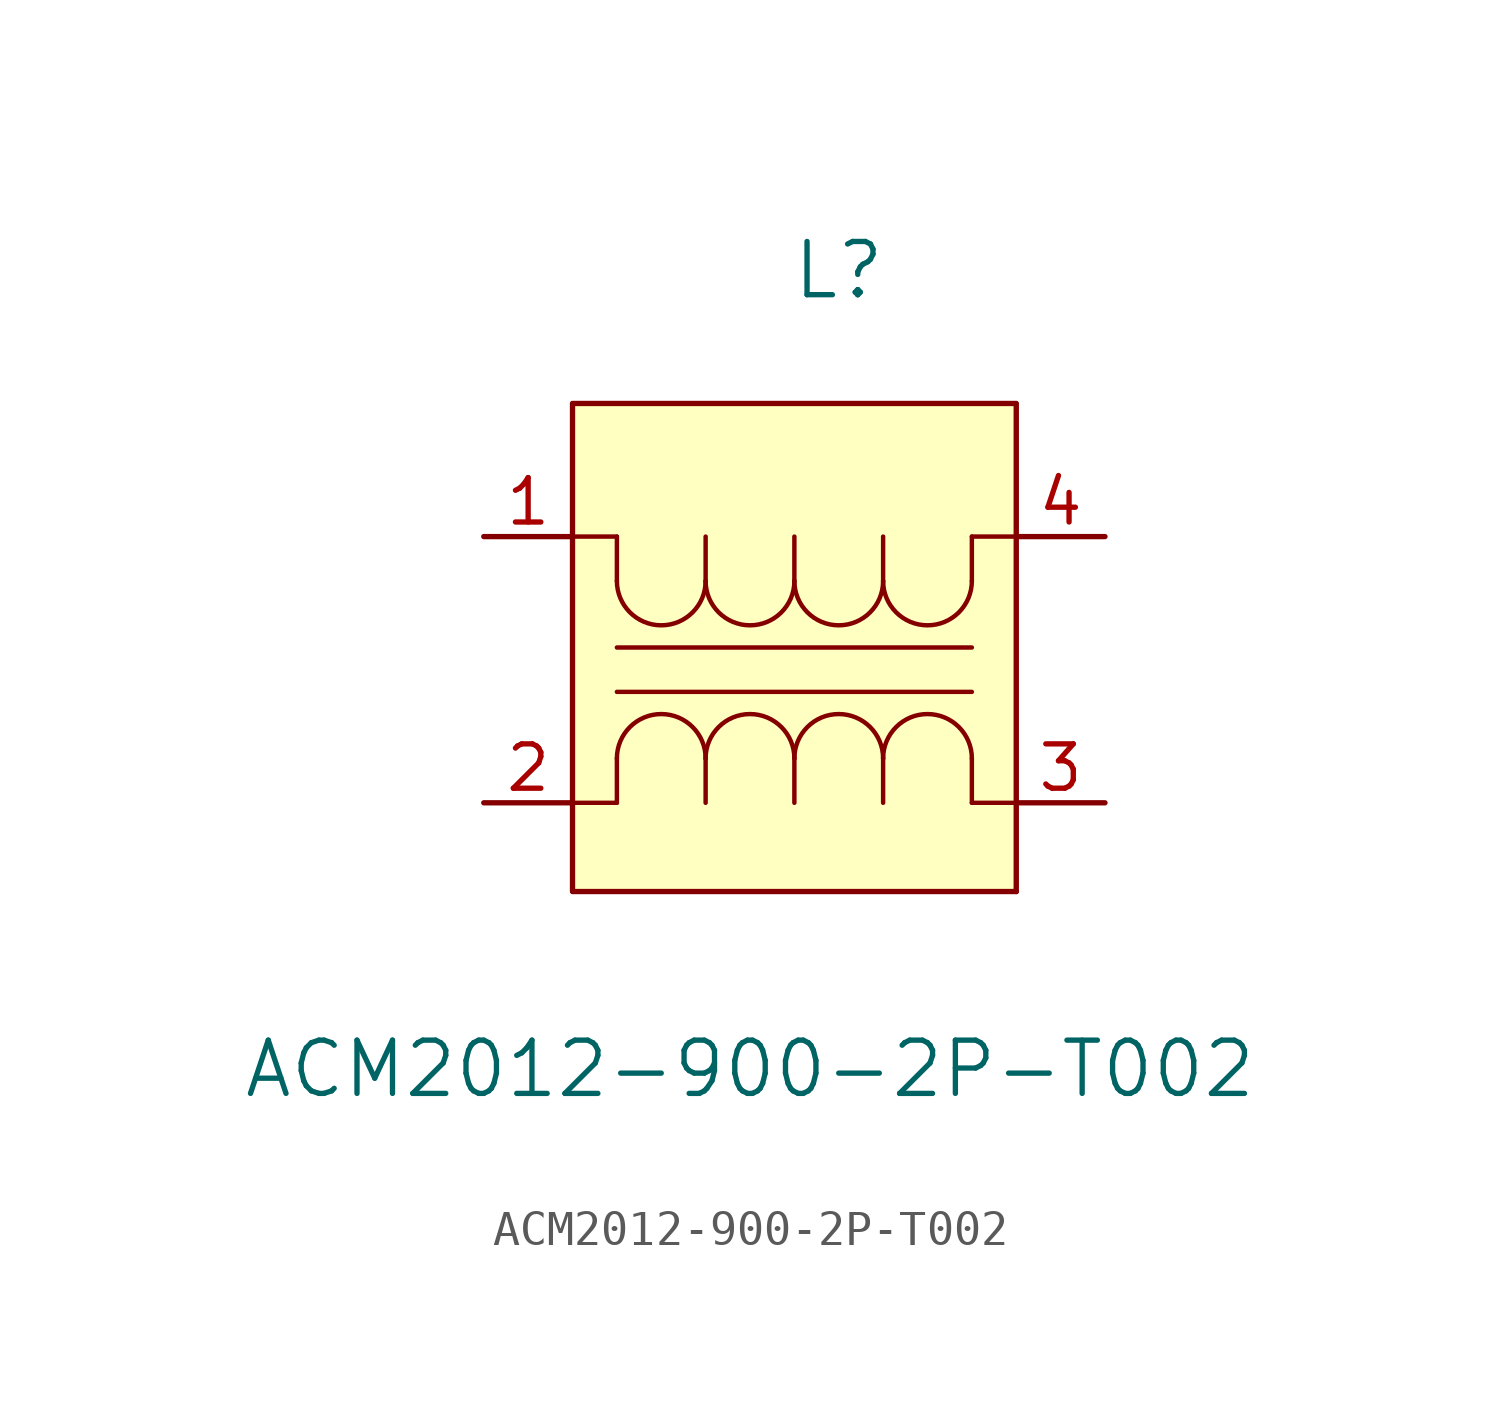
<source format=kicad_sym>
(kicad_symbol_lib
  (version 20220914)
  (generator kicad_symbol_editor)
  (symbol "ACM2012-900-2P-T002"
    (pin_names
      (offset 0.254))
    (property "Reference" "L"
      (at 10.16 7.62 0)
      (effects (font (size 1.524 1.524))))
    (property "Value" "ACM2012-900-2P-T002"
      (at 7.62 -15.24 0)
      (effects (font (size 1.524 1.524))))
    (property "ki_locked" ""
      (at 0 0 0)
      (effects (font (size 1.27 1.27))))
    (symbol "ACM2012-900-2P-T002_0_1"
      (polyline (pts (xy 2.54 -10.16) (xy 15.24 -10.16)) (stroke (width 0.127) (type default)) (fill (type none)))
      (polyline (pts (xy 2.54 0) (xy 3.81 0)) (stroke (width 0.127) (type default)) (fill (type none)))
      (polyline (pts (xy 2.54 3.81) (xy 2.54 -10.16)) (stroke (width 0.127) (type default)) (fill (type none)))
      (polyline (pts (xy 3.81 -7.62) (xy 2.54 -7.62)) (stroke (width 0.127) (type default)) (fill (type none)))
      (polyline (pts (xy 3.81 -7.62) (xy 3.81 -6.35)) (stroke (width 0.127) (type default)) (fill (type none)))
      (polyline (pts (xy 3.81 -3.175) (xy 13.97 -3.175)) (stroke (width 0.127) (type default)) (fill (type none)))
      (polyline (pts (xy 3.81 0) (xy 3.81 -1.27)) (stroke (width 0.127) (type default)) (fill (type none)))
      (polyline (pts (xy 6.35 -7.62) (xy 6.35 -6.35)) (stroke (width 0.127) (type default)) (fill (type none)))
      (polyline (pts (xy 6.35 0) (xy 6.35 -1.27)) (stroke (width 0.127) (type default)) (fill (type none)))
      (polyline (pts (xy 8.89 -7.62) (xy 8.89 -6.35)) (stroke (width 0.127) (type default)) (fill (type none)))
      (polyline (pts (xy 8.89 0) (xy 8.89 -1.27)) (stroke (width 0.127) (type default)) (fill (type none)))
      (polyline (pts (xy 11.43 -7.62) (xy 11.43 -6.35)) (stroke (width 0.127) (type default)) (fill (type none)))
      (polyline (pts (xy 11.43 0) (xy 11.43 -1.27)) (stroke (width 0.127) (type default)) (fill (type none)))
      (polyline (pts (xy 13.97 -7.62) (xy 13.97 -6.35)) (stroke (width 0.127) (type default)) (fill (type none)))
      (polyline (pts (xy 13.97 -4.445) (xy 3.81 -4.445)) (stroke (width 0.127) (type default)) (fill (type none)))
      (polyline (pts (xy 13.97 0) (xy 13.97 -1.27)) (stroke (width 0.127) (type default)) (fill (type none)))
      (polyline (pts (xy 13.97 0) (xy 15.24 0)) (stroke (width 0.127) (type default)) (fill (type none)))
      (polyline (pts (xy 15.24 -10.16) (xy 15.24 3.81)) (stroke (width 0.127) (type default)) (fill (type none)))
      (polyline (pts (xy 15.24 -7.62) (xy 13.97 -7.62)) (stroke (width 0.127) (type default)) (fill (type none)))
      (polyline (pts (xy 15.24 3.81) (xy 2.54 3.81)) (stroke (width 0.127) (type default)) (fill (type none)))
      (arc (start 3.81 -1.27) (mid 5.08 -2.5345) (end 6.35 -1.27) (stroke (width 0.127) (type default)) (fill (type none)))
      (arc (start 6.35 -6.35) (mid 5.08 -5.0855) (end 3.81 -6.35) (stroke (width 0.127) (type default)) (fill (type none)))
      (arc (start 6.35 -1.27) (mid 7.62 -2.5345) (end 8.89 -1.27) (stroke (width 0.127) (type default)) (fill (type none)))
      (arc (start 8.89 -6.35) (mid 7.62 -5.0855) (end 6.35 -6.35) (stroke (width 0.127) (type default)) (fill (type none)))
      (arc (start 8.89 -1.27) (mid 10.16 -2.5345) (end 11.43 -1.27) (stroke (width 0.127) (type default)) (fill (type none)))
      (arc (start 11.43 -6.35) (mid 10.16 -5.0855) (end 8.89 -6.35) (stroke (width 0.127) (type default)) (fill (type none)))
      (arc (start 11.43 -1.27) (mid 12.7 -2.5345) (end 13.97 -1.27) (stroke (width 0.127) (type default)) (fill (type none)))
      (arc (start 13.97 -6.35) (mid 12.7 -5.0855) (end 11.43 -6.35) (stroke (width 0.127) (type default)) (fill (type none)))
      (rectangle (start 15.24 -10.16) (end 15.24 -10.16) (stroke (width 0) (type default)) (fill (type none))))
    (symbol "ACM2012-900-2P-T002_1_1"
      (rectangle (start 2.54 3.81) (end 15.24 -10.16) (stroke (width 0) (type default)) (fill (type background)))
      (pin unspecified line (at 0 0 0) (length 2.54) (name "" (effects (font (size 1.27 1.27)))) (number "1" (effects (font (size 1.27 1.27)))))
      (pin unspecified line (at 0 -7.62 0) (length 2.54) (name "" (effects (font (size 1.27 1.27)))) (number "2" (effects (font (size 1.27 1.27)))))
      (pin unspecified line (at 17.78 -7.62 180) (length 2.54) (name "" (effects (font (size 1.27 1.27)))) (number "3" (effects (font (size 1.27 1.27)))))
      (pin unspecified line (at 17.78 0 180) (length 2.54) (name "" (effects (font (size 1.27 1.27)))) (number "4" (effects (font (size 1.27 1.27))))))))
</source>
